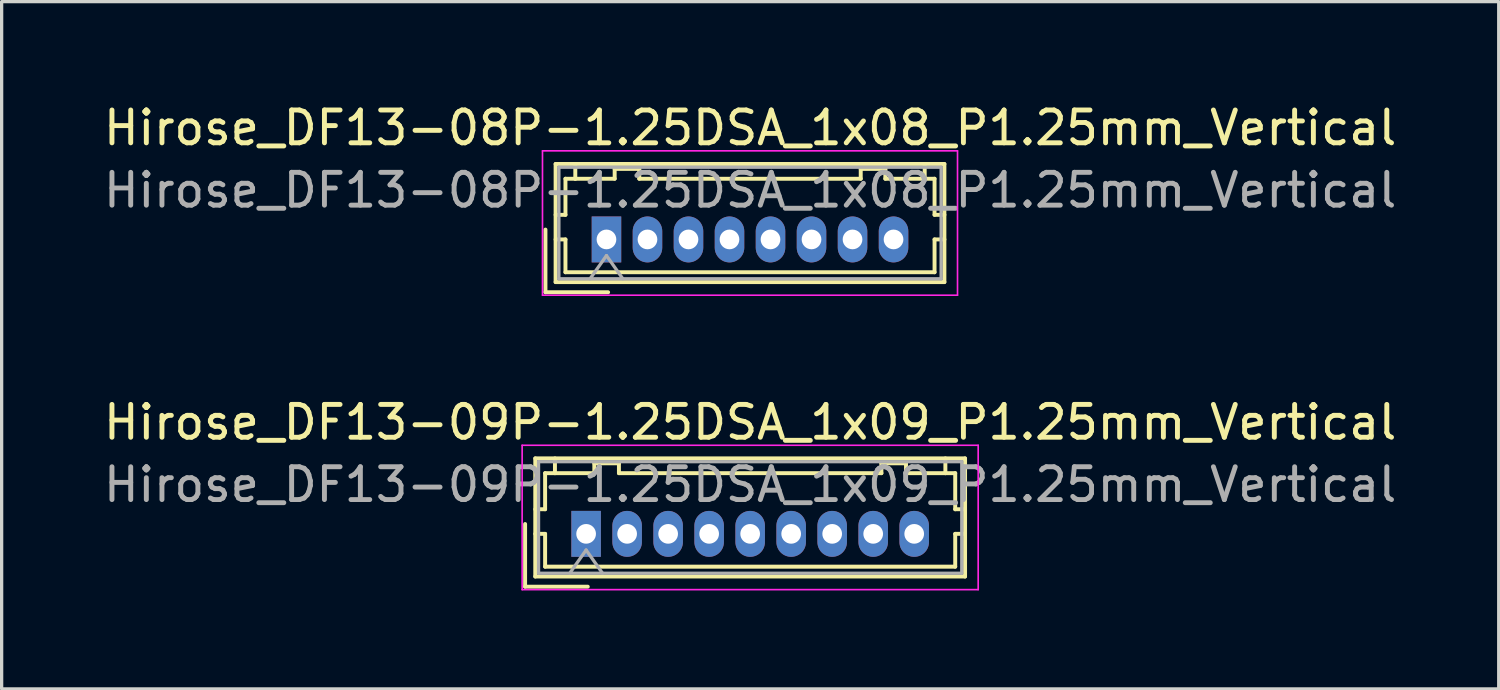
<source format=kicad_pcb>
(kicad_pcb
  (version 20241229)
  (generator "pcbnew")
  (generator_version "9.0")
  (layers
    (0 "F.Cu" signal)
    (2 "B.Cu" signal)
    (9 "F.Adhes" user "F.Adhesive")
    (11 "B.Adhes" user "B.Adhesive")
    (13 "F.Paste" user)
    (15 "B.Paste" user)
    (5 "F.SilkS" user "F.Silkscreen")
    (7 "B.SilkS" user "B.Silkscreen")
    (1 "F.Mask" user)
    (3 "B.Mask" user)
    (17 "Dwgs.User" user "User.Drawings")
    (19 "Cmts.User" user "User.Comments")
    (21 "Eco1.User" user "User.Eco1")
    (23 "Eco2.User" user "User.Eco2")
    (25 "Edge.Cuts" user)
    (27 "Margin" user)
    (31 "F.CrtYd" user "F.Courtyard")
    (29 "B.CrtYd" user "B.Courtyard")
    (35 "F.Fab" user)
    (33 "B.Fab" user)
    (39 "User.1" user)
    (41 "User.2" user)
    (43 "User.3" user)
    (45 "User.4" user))
  (footprint "Hirose_DF13-09P-1.25DSA_1x09_P1.25mm_Vertical"
    (layer "F.Cu")
    (at 14.815 13.222)
    (property "Reference" "Hirose_DF13-09P-1.25DSA_1x09_P1.25mm_Vertical" (at 5 -3.4 0) (layer "F.SilkS") (effects (font (size 1 1) (thickness 0.15))))
    (attr through_hole)
    (fp_line (start -1.86 -0.3) (end -1.86 1.61) (stroke (width 0.12) (type solid)) (layer "F.SilkS"))
    (fp_line (start -1.86 1.61) (end 0.05 1.61) (stroke (width 0.12) (type solid)) (layer "F.SilkS"))
    (fp_line (start -1.55 -2.3) (end -1.55 1.3) (stroke (width 0.12) (type solid)) (layer "F.SilkS"))
    (fp_line (start -1.55 -0.75) (end -1.25 -0.75) (stroke (width 0.12) (type solid)) (layer "F.SilkS"))
    (fp_line (start -1.55 0) (end -1.25 0) (stroke (width 0.12) (type solid)) (layer "F.SilkS"))
    (fp_line (start -1.55 1.3) (end 11.55 1.3) (stroke (width 0.12) (type solid)) (layer "F.SilkS"))
    (fp_line (start -1.25 -1.85) (end -0.95 -1.85) (stroke (width 0.12) (type solid)) (layer "F.SilkS"))
    (fp_line (start -1.25 -0.75) (end -1.25 -1.85) (stroke (width 0.12) (type solid)) (layer "F.SilkS"))
    (fp_line (start -1.25 0) (end -1.25 1) (stroke (width 0.12) (type solid)) (layer "F.SilkS"))
    (fp_line (start -1.25 1) (end 11.25 1) (stroke (width 0.12) (type solid)) (layer "F.SilkS"))
    (fp_line (start -0.95 -1.85) (end -0.95 -2.3) (stroke (width 0.12) (type solid)) (layer "F.SilkS"))
    (fp_line (start -0.95 -1.85) (end 0.25 -1.85) (stroke (width 0.12) (type solid)) (layer "F.SilkS"))
    (fp_line (start 0.25 -2.15) (end 1 -2.15) (stroke (width 0.12) (type solid)) (layer "F.SilkS"))
    (fp_line (start 0.25 -1.85) (end 0.25 -2.15) (stroke (width 0.12) (type solid)) (layer "F.SilkS"))
    (fp_line (start 1 -2.15) (end 1 -1.85) (stroke (width 0.12) (type solid)) (layer "F.SilkS"))
    (fp_line (start 1 -1.85) (end 9 -1.85) (stroke (width 0.12) (type solid)) (layer "F.SilkS"))
    (fp_line (start 9 -2.15) (end 9.75 -2.15) (stroke (width 0.12) (type solid)) (layer "F.SilkS"))
    (fp_line (start 9 -1.85) (end 9 -2.15) (stroke (width 0.12) (type solid)) (layer "F.SilkS"))
    (fp_line (start 9.75 -2.15) (end 9.75 -1.85) (stroke (width 0.12) (type solid)) (layer "F.SilkS"))
    (fp_line (start 9.75 -1.85) (end 10.95 -1.85) (stroke (width 0.12) (type solid)) (layer "F.SilkS"))
    (fp_line (start 10.95 -1.85) (end 10.95 -2.3) (stroke (width 0.12) (type solid)) (layer "F.SilkS"))
    (fp_line (start 11.25 -1.85) (end 10.95 -1.85) (stroke (width 0.12) (type solid)) (layer "F.SilkS"))
    (fp_line (start 11.25 -0.75) (end 11.25 -1.85) (stroke (width 0.12) (type solid)) (layer "F.SilkS"))
    (fp_line (start 11.25 0) (end 11.55 0) (stroke (width 0.12) (type solid)) (layer "F.SilkS"))
    (fp_line (start 11.25 1) (end 11.25 0) (stroke (width 0.12) (type solid)) (layer "F.SilkS"))
    (fp_line (start 11.55 -2.3) (end -1.55 -2.3) (stroke (width 0.12) (type solid)) (layer "F.SilkS"))
    (fp_line (start 11.55 -0.75) (end 11.25 -0.75) (stroke (width 0.12) (type solid)) (layer "F.SilkS"))
    (fp_line (start 11.55 1.3) (end 11.55 -2.3) (stroke (width 0.12) (type solid)) (layer "F.SilkS"))
    (fp_line (start -1.95 -2.7) (end -1.95 1.7) (stroke (width 0.05) (type solid)) (layer "F.CrtYd"))
    (fp_line (start -1.95 1.7) (end 11.95 1.7) (stroke (width 0.05) (type solid)) (layer "F.CrtYd"))
    (fp_line (start 11.95 -2.7) (end -1.95 -2.7) (stroke (width 0.05) (type solid)) (layer "F.CrtYd"))
    (fp_line (start 11.95 1.7) (end 11.95 -2.7) (stroke (width 0.05) (type solid)) (layer "F.CrtYd"))
    (fp_line (start -1.45 -2.2) (end -1.45 1.2) (stroke (width 0.1) (type solid)) (layer "F.Fab"))
    (fp_line (start -1.45 1.2) (end 11.45 1.2) (stroke (width 0.1) (type solid)) (layer "F.Fab"))
    (fp_line (start -0.5 1.2) (end 0 0.493) (stroke (width 0.1) (type solid)) (layer "F.Fab"))
    (fp_line (start 0 0.493) (end 0.5 1.2) (stroke (width 0.1) (type solid)) (layer "F.Fab"))
    (fp_line (start 11.45 -2.2) (end -1.45 -2.2) (stroke (width 0.1) (type solid)) (layer "F.Fab"))
    (fp_line (start 11.45 1.2) (end 11.45 -2.2) (stroke (width 0.1) (type solid)) (layer "F.Fab"))
    (fp_text user "${REFERENCE}" (at 5 -1.5 0) (layer "F.Fab") (effects (font (size 1 1) (thickness 0.15))))
    (pad "1" thru_hole rect (at 0 0) (size 0.9 1.4) (drill 0.6) (layers "*.Cu" "*.Mask"))
    (pad "2" thru_hole oval (at 1.25 0) (size 0.9 1.4) (drill 0.6) (layers "*.Cu" "*.Mask"))
    (pad "3" thru_hole oval (at 2.5 0) (size 0.9 1.4) (drill 0.6) (layers "*.Cu" "*.Mask"))
    (pad "4" thru_hole oval (at 3.75 0) (size 0.9 1.4) (drill 0.6) (layers "*.Cu" "*.Mask"))
    (pad "5" thru_hole oval (at 5 0) (size 0.9 1.4) (drill 0.6) (layers "*.Cu" "*.Mask"))
    (pad "6" thru_hole oval (at 6.25 0) (size 0.9 1.4) (drill 0.6) (layers "*.Cu" "*.Mask"))
    (pad "7" thru_hole oval (at 7.5 0) (size 0.9 1.4) (drill 0.6) (layers "*.Cu" "*.Mask"))
    (pad "8" thru_hole oval (at 8.75 0) (size 0.9 1.4) (drill 0.6) (layers "*.Cu" "*.Mask"))
    (pad "9" thru_hole oval (at 10 0) (size 0.9 1.4) (drill 0.6) (layers "*.Cu" "*.Mask")))
  (footprint "Hirose_DF13-08P-1.25DSA_1x08_P1.25mm_Vertical"
    (layer "F.Cu")
    (at 15.435 4.248)
    (property "Reference" "Hirose_DF13-08P-1.25DSA_1x08_P1.25mm_Vertical" (at 4.38 -3.4 0) (layer "F.SilkS") (effects (font (size 1 1) (thickness 0.15))))
    (attr through_hole)
    (fp_line (start -1.86 -0.3) (end -1.86 1.61) (stroke (width 0.12) (type solid)) (layer "F.SilkS"))
    (fp_line (start -1.86 1.61) (end 0.05 1.61) (stroke (width 0.12) (type solid)) (layer "F.SilkS"))
    (fp_line (start -1.55 -2.3) (end -1.55 1.3) (stroke (width 0.12) (type solid)) (layer "F.SilkS"))
    (fp_line (start -1.55 -0.75) (end -1.25 -0.75) (stroke (width 0.12) (type solid)) (layer "F.SilkS"))
    (fp_line (start -1.55 0) (end -1.25 0) (stroke (width 0.12) (type solid)) (layer "F.SilkS"))
    (fp_line (start -1.55 1.3) (end 10.3 1.3) (stroke (width 0.12) (type solid)) (layer "F.SilkS"))
    (fp_line (start -1.25 -1.85) (end -0.95 -1.85) (stroke (width 0.12) (type solid)) (layer "F.SilkS"))
    (fp_line (start -1.25 -0.75) (end -1.25 -1.85) (stroke (width 0.12) (type solid)) (layer "F.SilkS"))
    (fp_line (start -1.25 0) (end -1.25 1) (stroke (width 0.12) (type solid)) (layer "F.SilkS"))
    (fp_line (start -1.25 1) (end 10 1) (stroke (width 0.12) (type solid)) (layer "F.SilkS"))
    (fp_line (start -0.95 -1.85) (end -0.95 -2.3) (stroke (width 0.12) (type solid)) (layer "F.SilkS"))
    (fp_line (start -0.95 -1.85) (end 0.25 -1.85) (stroke (width 0.12) (type solid)) (layer "F.SilkS"))
    (fp_line (start 0.25 -2.15) (end 1 -2.15) (stroke (width 0.12) (type solid)) (layer "F.SilkS"))
    (fp_line (start 0.25 -1.85) (end 0.25 -2.15) (stroke (width 0.12) (type solid)) (layer "F.SilkS"))
    (fp_line (start 1 -2.15) (end 1 -1.85) (stroke (width 0.12) (type solid)) (layer "F.SilkS"))
    (fp_line (start 1 -1.85) (end 7.75 -1.85) (stroke (width 0.12) (type solid)) (layer "F.SilkS"))
    (fp_line (start 7.75 -2.15) (end 8.5 -2.15) (stroke (width 0.12) (type solid)) (layer "F.SilkS"))
    (fp_line (start 7.75 -1.85) (end 7.75 -2.15) (stroke (width 0.12) (type solid)) (layer "F.SilkS"))
    (fp_line (start 8.5 -2.15) (end 8.5 -1.85) (stroke (width 0.12) (type solid)) (layer "F.SilkS"))
    (fp_line (start 8.5 -1.85) (end 9.7 -1.85) (stroke (width 0.12) (type solid)) (layer "F.SilkS"))
    (fp_line (start 9.7 -1.85) (end 9.7 -2.3) (stroke (width 0.12) (type solid)) (layer "F.SilkS"))
    (fp_line (start 10 -1.85) (end 9.7 -1.85) (stroke (width 0.12) (type solid)) (layer "F.SilkS"))
    (fp_line (start 10 -0.75) (end 10 -1.85) (stroke (width 0.12) (type solid)) (layer "F.SilkS"))
    (fp_line (start 10 0) (end 10.3 0) (stroke (width 0.12) (type solid)) (layer "F.SilkS"))
    (fp_line (start 10 1) (end 10 0) (stroke (width 0.12) (type solid)) (layer "F.SilkS"))
    (fp_line (start 10.3 -2.3) (end -1.55 -2.3) (stroke (width 0.12) (type solid)) (layer "F.SilkS"))
    (fp_line (start 10.3 -0.75) (end 10 -0.75) (stroke (width 0.12) (type solid)) (layer "F.SilkS"))
    (fp_line (start 10.3 1.3) (end 10.3 -2.3) (stroke (width 0.12) (type solid)) (layer "F.SilkS"))
    (fp_line (start -1.95 -2.7) (end -1.95 1.7) (stroke (width 0.05) (type solid)) (layer "F.CrtYd"))
    (fp_line (start -1.95 1.7) (end 10.7 1.7) (stroke (width 0.05) (type solid)) (layer "F.CrtYd"))
    (fp_line (start 10.7 -2.7) (end -1.95 -2.7) (stroke (width 0.05) (type solid)) (layer "F.CrtYd"))
    (fp_line (start 10.7 1.7) (end 10.7 -2.7) (stroke (width 0.05) (type solid)) (layer "F.CrtYd"))
    (fp_line (start -1.45 -2.2) (end -1.45 1.2) (stroke (width 0.1) (type solid)) (layer "F.Fab"))
    (fp_line (start -1.45 1.2) (end 10.2 1.2) (stroke (width 0.1) (type solid)) (layer "F.Fab"))
    (fp_line (start -0.5 1.2) (end 0 0.493) (stroke (width 0.1) (type solid)) (layer "F.Fab"))
    (fp_line (start 0 0.493) (end 0.5 1.2) (stroke (width 0.1) (type solid)) (layer "F.Fab"))
    (fp_line (start 10.2 -2.2) (end -1.45 -2.2) (stroke (width 0.1) (type solid)) (layer "F.Fab"))
    (fp_line (start 10.2 1.2) (end 10.2 -2.2) (stroke (width 0.1) (type solid)) (layer "F.Fab"))
    (fp_text user "${REFERENCE}" (at 4.38 -1.5 0) (layer "F.Fab") (effects (font (size 1 1) (thickness 0.15))))
    (pad "1" thru_hole rect (at 0 0) (size 0.9 1.4) (drill 0.6) (layers "*.Cu" "*.Mask"))
    (pad "2" thru_hole oval (at 1.25 0) (size 0.9 1.4) (drill 0.6) (layers "*.Cu" "*.Mask"))
    (pad "3" thru_hole oval (at 2.5 0) (size 0.9 1.4) (drill 0.6) (layers "*.Cu" "*.Mask"))
    (pad "4" thru_hole oval (at 3.75 0) (size 0.9 1.4) (drill 0.6) (layers "*.Cu" "*.Mask"))
    (pad "5" thru_hole oval (at 5 0) (size 0.9 1.4) (drill 0.6) (layers "*.Cu" "*.Mask"))
    (pad "6" thru_hole oval (at 6.25 0) (size 0.9 1.4) (drill 0.6) (layers "*.Cu" "*.Mask"))
    (pad "7" thru_hole oval (at 7.5 0) (size 0.9 1.4) (drill 0.6) (layers "*.Cu" "*.Mask"))
    (pad "8" thru_hole oval (at 8.75 0) (size 0.9 1.4) (drill 0.6) (layers "*.Cu" "*.Mask")))
  (gr_rect
    (start -3 -3)
    (end 42.631 17.947)
    (stroke (width 0.1) (type default))
    (fill no)
    (layer "Edge.Cuts")))
</source>
